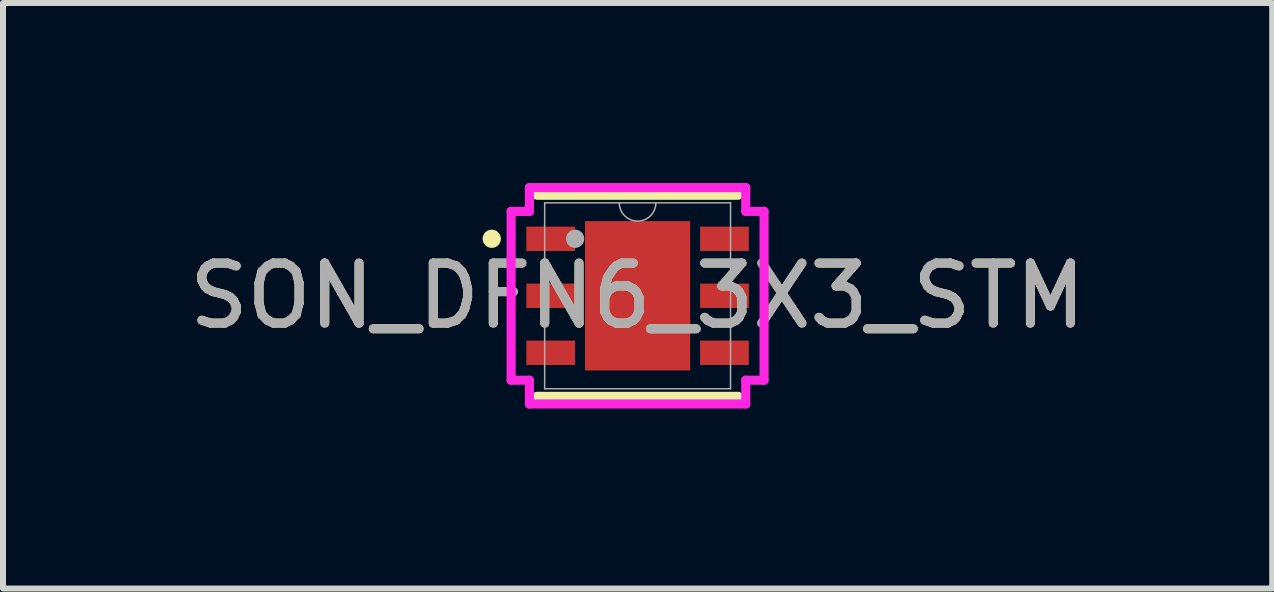
<source format=kicad_pcb>
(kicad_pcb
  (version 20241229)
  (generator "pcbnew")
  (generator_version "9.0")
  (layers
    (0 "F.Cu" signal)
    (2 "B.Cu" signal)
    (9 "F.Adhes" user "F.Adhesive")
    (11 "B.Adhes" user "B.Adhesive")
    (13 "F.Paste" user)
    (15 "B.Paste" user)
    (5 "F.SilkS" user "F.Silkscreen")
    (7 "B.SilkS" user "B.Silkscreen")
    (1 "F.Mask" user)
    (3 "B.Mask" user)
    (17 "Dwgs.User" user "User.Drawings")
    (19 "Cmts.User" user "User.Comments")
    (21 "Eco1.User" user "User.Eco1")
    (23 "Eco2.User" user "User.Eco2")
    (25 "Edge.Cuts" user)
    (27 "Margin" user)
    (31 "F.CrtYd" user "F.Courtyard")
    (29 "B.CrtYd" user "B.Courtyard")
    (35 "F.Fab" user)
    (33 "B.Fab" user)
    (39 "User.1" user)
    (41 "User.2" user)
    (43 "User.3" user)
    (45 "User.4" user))
  (footprint "SON_DFN6_3X3_STM"
    (layer "F.Cu")
    (at 7.577 1.88)
    (property "Reference" "SON_DFN6_3X3_STM" (at 0 0 0) (unlocked yes) (layer "F.SilkS") (effects (font (size 1 1) (thickness 0.15))))
    (attr smd)
    (fp_line (start -1.676 1.676) (end 1.676 1.676) (stroke (width 0.152) (type solid)) (layer "F.SilkS"))
    (fp_line (start 1.676 -1.676) (end -1.676 -1.676) (stroke (width 0.152) (type solid)) (layer "F.SilkS"))
    (fp_circle (center -2.431 -0.95) (end -2.355 -0.95) (stroke (width 0.152) (type solid)) (fill no) (layer "F.SilkS"))
    (fp_line (start -2.108 -1.407) (end -1.803 -1.407) (stroke (width 0.152) (type solid)) (layer "F.CrtYd"))
    (fp_line (start -2.108 1.407) (end -2.108 -1.407) (stroke (width 0.152) (type solid)) (layer "F.CrtYd"))
    (fp_line (start -2.108 1.407) (end -1.803 1.407) (stroke (width 0.152) (type solid)) (layer "F.CrtYd"))
    (fp_line (start -1.803 -1.803) (end 1.803 -1.803) (stroke (width 0.152) (type solid)) (layer "F.CrtYd"))
    (fp_line (start -1.803 -1.407) (end -1.803 -1.803) (stroke (width 0.152) (type solid)) (layer "F.CrtYd"))
    (fp_line (start -1.803 1.803) (end -1.803 1.407) (stroke (width 0.152) (type solid)) (layer "F.CrtYd"))
    (fp_line (start 1.803 -1.803) (end 1.803 -1.407) (stroke (width 0.152) (type solid)) (layer "F.CrtYd"))
    (fp_line (start 1.803 1.407) (end 1.803 1.803) (stroke (width 0.152) (type solid)) (layer "F.CrtYd"))
    (fp_line (start 1.803 1.803) (end -1.803 1.803) (stroke (width 0.152) (type solid)) (layer "F.CrtYd"))
    (fp_line (start 2.108 -1.407) (end 1.803 -1.407) (stroke (width 0.152) (type solid)) (layer "F.CrtYd"))
    (fp_line (start 2.108 -1.407) (end 2.108 1.407) (stroke (width 0.152) (type solid)) (layer "F.CrtYd"))
    (fp_line (start 2.108 1.407) (end 1.803 1.407) (stroke (width 0.152) (type solid)) (layer "F.CrtYd"))
    (fp_line (start -1.549 -1.549) (end -1.549 1.549) (stroke (width 0.025) (type solid)) (layer "F.Fab"))
    (fp_line (start -1.549 1.549) (end 1.549 1.549) (stroke (width 0.025) (type solid)) (layer "F.Fab"))
    (fp_line (start 1.549 -1.549) (end -1.549 -1.549) (stroke (width 0.025) (type solid)) (layer "F.Fab"))
    (fp_line (start 1.549 1.549) (end 1.549 -1.549) (stroke (width 0.025) (type solid)) (layer "F.Fab"))
    (fp_arc (start 0.3048 -1.5494) (mid 0 -1.2446) (end -0.3048 -1.5494) (stroke (width 0.0254) (type solid)) (layer "F.Fab"))
    (fp_circle (center -1.041 -0.95) (end -0.965 -0.95) (stroke (width 0.152) (type solid)) (fill no) (layer "F.Fab"))
    (fp_text user "${REFERENCE}" (at 0 0 0) (unlocked yes) (layer "F.Fab") (effects (font (size 1 1) (thickness 0.15))))
    (pad "1" smd rect (at -1.448 -0.95) (size 0.813 0.406) (layers "F.Cu" "F.Mask" "F.Paste"))
    (pad "2" smd rect (at -1.448 0) (size 0.813 0.406) (layers "F.Cu" "F.Mask" "F.Paste"))
    (pad "3" smd rect (at -1.448 0.95) (size 0.813 0.406) (layers "F.Cu" "F.Mask" "F.Paste"))
    (pad "4" smd rect (at 1.448 0.95) (size 0.813 0.406) (layers "F.Cu" "F.Mask" "F.Paste"))
    (pad "5" smd rect (at 1.448 0) (size 0.813 0.406) (layers "F.Cu" "F.Mask" "F.Paste"))
    (pad "6" smd rect (at 1.448 -0.95) (size 0.813 0.406) (layers "F.Cu" "F.Mask" "F.Paste"))
    (pad "7" smd rect (at 0 0) (size 1.753 2.489) (layers "F.Cu" "F.Mask" "F.Paste")))
  (gr_rect
    (start -3 -3)
    (end 18.155 6.759)
    (stroke (width 0.1) (type default))
    (fill no)
    (layer "Edge.Cuts")))
</source>
